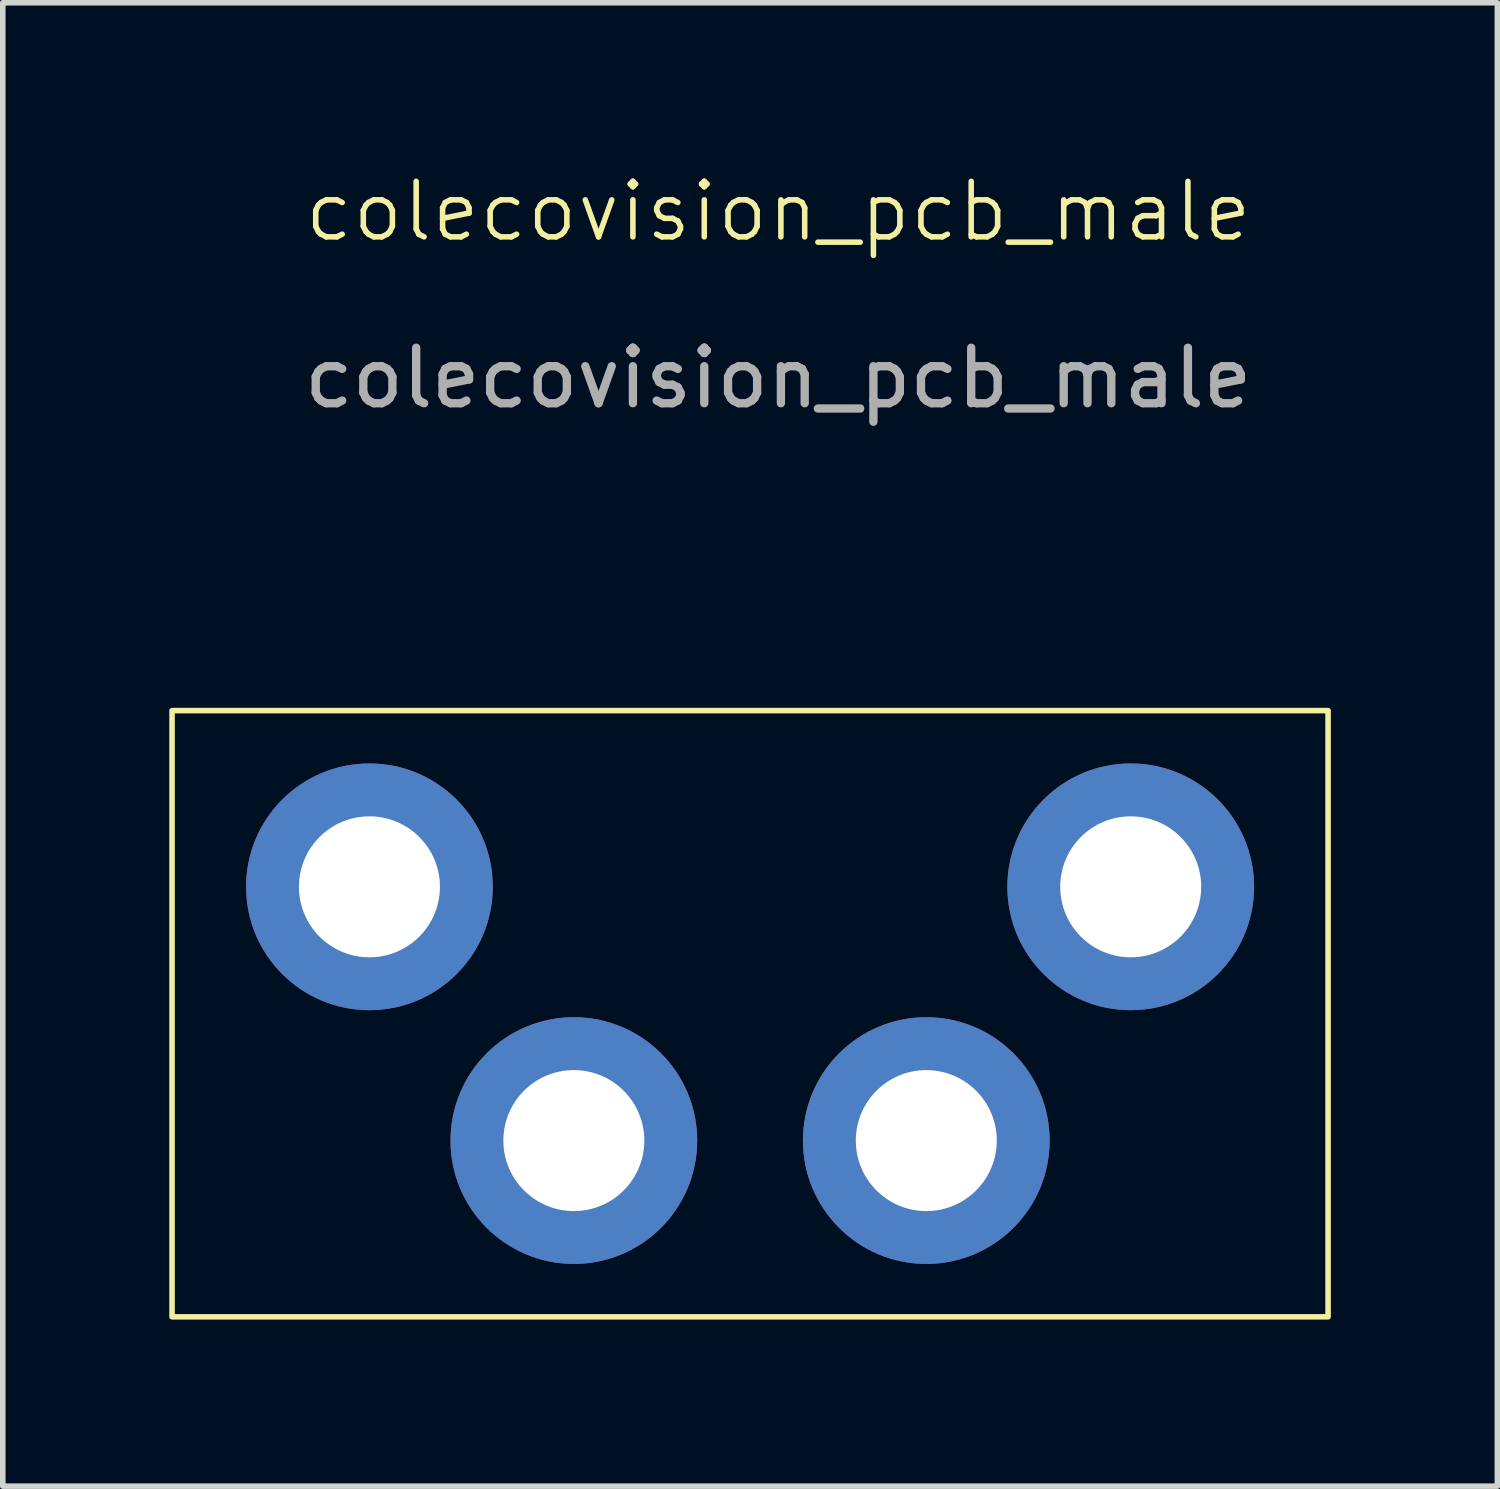
<source format=kicad_pcb>
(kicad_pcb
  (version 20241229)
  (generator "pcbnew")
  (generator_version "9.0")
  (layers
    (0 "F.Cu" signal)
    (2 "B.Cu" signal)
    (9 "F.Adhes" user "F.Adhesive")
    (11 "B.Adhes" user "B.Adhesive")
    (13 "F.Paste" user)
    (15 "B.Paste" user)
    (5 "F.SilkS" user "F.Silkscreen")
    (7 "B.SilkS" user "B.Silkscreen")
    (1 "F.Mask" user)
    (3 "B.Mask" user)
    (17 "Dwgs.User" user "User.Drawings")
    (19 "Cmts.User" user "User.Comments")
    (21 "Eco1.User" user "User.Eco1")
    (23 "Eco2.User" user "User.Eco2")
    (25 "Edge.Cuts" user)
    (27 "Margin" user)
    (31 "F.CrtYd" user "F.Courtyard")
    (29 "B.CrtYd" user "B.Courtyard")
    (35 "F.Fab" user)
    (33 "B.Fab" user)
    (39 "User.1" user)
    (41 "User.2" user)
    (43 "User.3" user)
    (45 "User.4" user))
  (footprint "colecovision_pcb_male"
    (layer "F.Cu")
    (at 10.464 12.928)
    (property "Reference" "colecovision_pcb_male" (at 0.508 -12.168 0) (unlocked yes) (layer "F.SilkS") (effects (font (size 1 1) (thickness 0.1))))
    (attr through_hole)
    (fp_rect (start -10.414 -3.175) (end 10.414 7.747) (stroke (width 0.1) (type default)) (fill no) (layer "F.SilkS"))
    (fp_text user "${REFERENCE}" (at 0.508 -9.168 0) (unlocked yes) (layer "F.Fab") (effects (font (size 1 1) (thickness 0.15))))
    (pad "1" thru_hole circle (at 6.858 0) (size 4.445 4.445) (drill 2.54) (layers "*.Cu" "*.Mask"))
    (pad "2" thru_hole circle (at 3.175 4.572) (size 4.445 4.445) (drill 2.54) (layers "*.Cu" "*.Mask"))
    (pad "3" thru_hole circle (at -3.175 4.572) (size 4.445 4.445) (drill 2.54) (layers "*.Cu" "*.Mask"))
    (pad "4" thru_hole circle (at -6.858 0) (size 4.445 4.445) (drill 2.54) (layers "*.Cu" "*.Mask")))
  (gr_rect
    (start -3 -3)
    (end 23.928 23.726)
    (stroke (width 0.1) (type default))
    (fill no)
    (layer "Edge.Cuts")))
</source>
